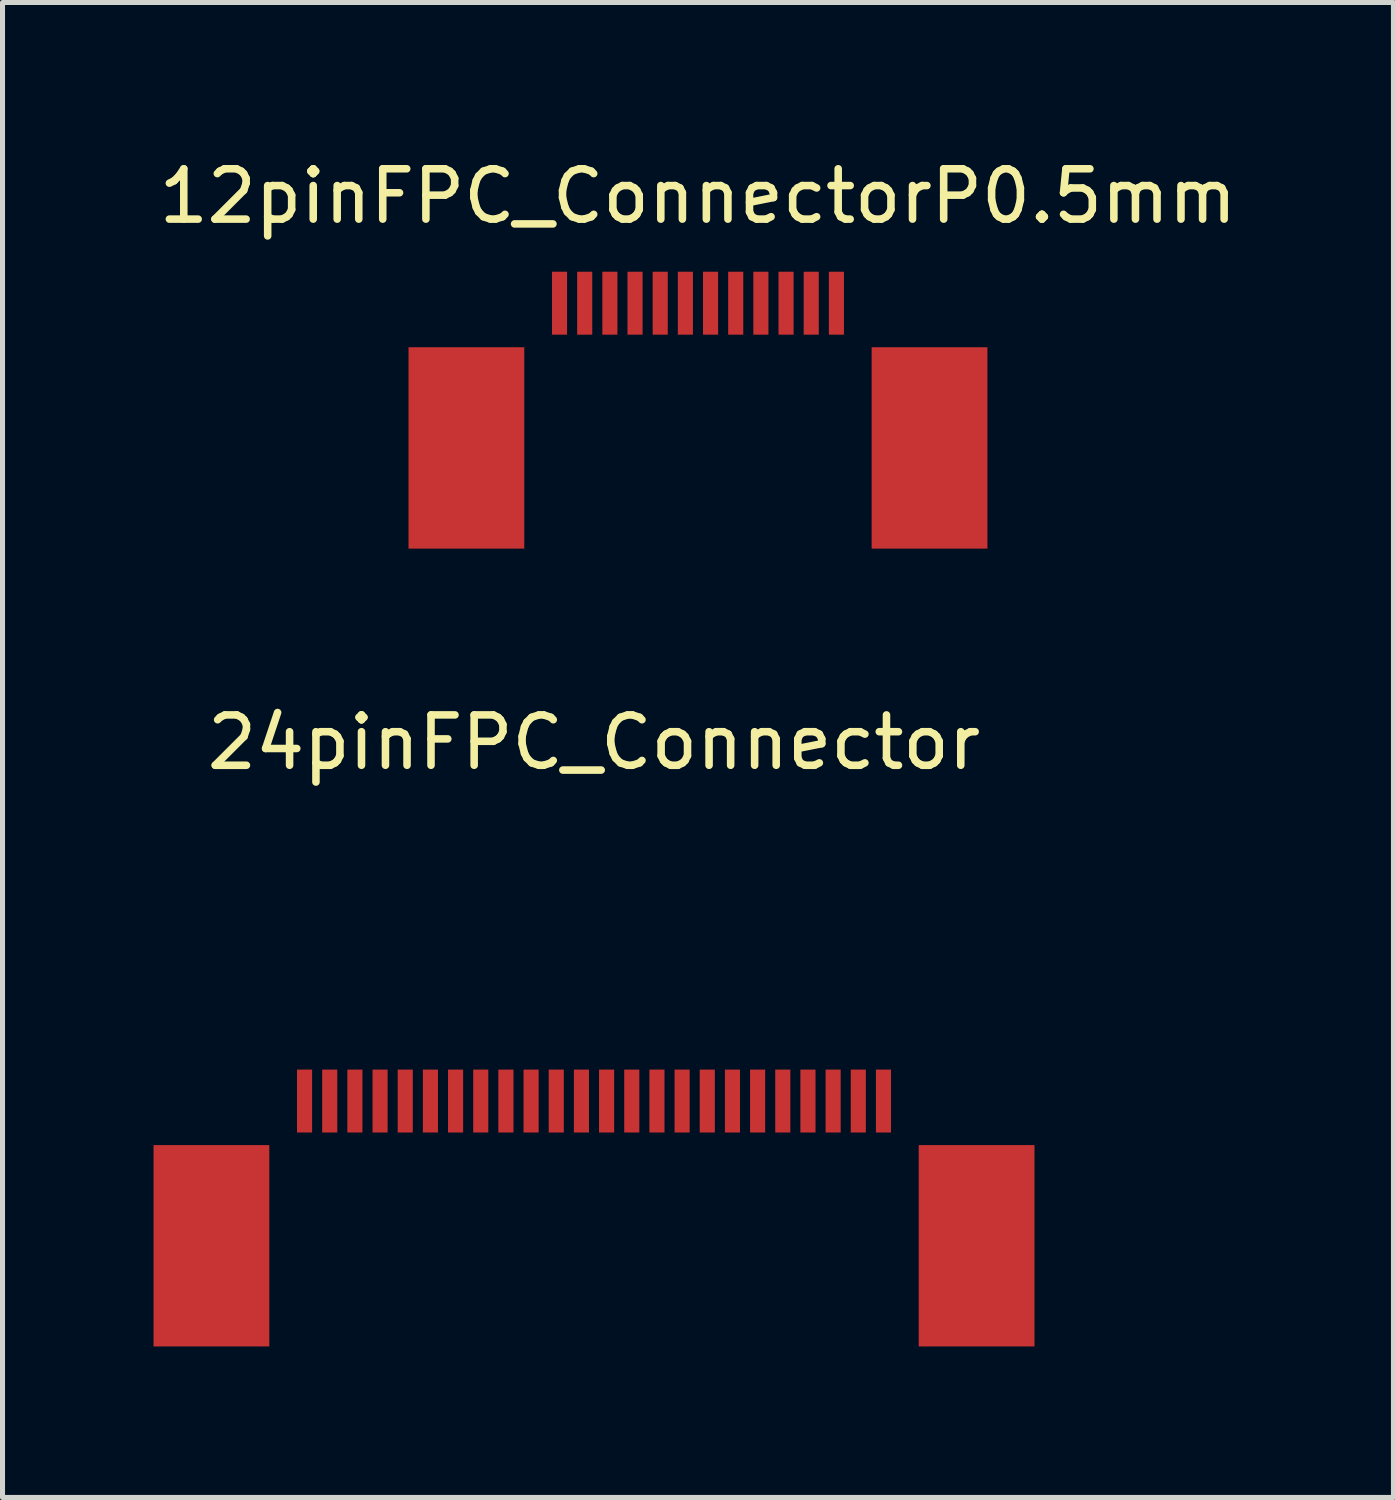
<source format=kicad_pcb>
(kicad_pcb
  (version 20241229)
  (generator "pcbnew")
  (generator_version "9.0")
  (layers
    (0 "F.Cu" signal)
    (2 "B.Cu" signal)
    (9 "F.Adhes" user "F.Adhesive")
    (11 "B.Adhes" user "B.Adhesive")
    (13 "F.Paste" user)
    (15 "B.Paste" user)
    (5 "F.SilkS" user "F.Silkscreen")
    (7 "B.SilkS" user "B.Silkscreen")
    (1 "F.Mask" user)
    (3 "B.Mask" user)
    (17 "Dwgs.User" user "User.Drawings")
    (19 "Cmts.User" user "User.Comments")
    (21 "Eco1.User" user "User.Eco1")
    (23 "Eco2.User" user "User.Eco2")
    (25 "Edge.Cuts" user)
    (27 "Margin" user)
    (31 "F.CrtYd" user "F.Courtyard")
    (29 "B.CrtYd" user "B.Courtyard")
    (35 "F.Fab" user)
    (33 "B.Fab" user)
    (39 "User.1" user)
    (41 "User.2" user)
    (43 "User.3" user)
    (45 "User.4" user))
  (footprint "12pinFPC_ConnectorP0.5mm"
    (layer "F.Cu")
    (at 10.815 2.348)
    (property "Reference" "12pinFPC_ConnectorP0.5mm" (at 0 -1.5 0) (layer "F.SilkS") (effects (font (size 1 1) (thickness 0.15))))
    (attr through_hole)
    (pad "" smd rect (at -4.6 3.5) (size 2.3 4) (layers "F.Cu" "F.Mask" "F.Paste"))
    (pad "" smd rect (at 4.6 3.5) (size 2.3 4) (layers "F.Cu" "F.Mask" "F.Paste"))
    (pad "1" smd rect (at -2.75 0.625) (size 0.3 1.25) (layers "F.Cu" "F.Mask" "F.Paste"))
    (pad "2" smd rect (at -2.25 0.625) (size 0.3 1.25) (layers "F.Cu" "F.Mask" "F.Paste"))
    (pad "3" smd rect (at -1.75 0.625) (size 0.3 1.25) (layers "F.Cu" "F.Mask" "F.Paste"))
    (pad "4" smd rect (at -1.25 0.625) (size 0.3 1.25) (layers "F.Cu" "F.Mask" "F.Paste"))
    (pad "5" smd rect (at -0.75 0.625) (size 0.3 1.25) (layers "F.Cu" "F.Mask" "F.Paste"))
    (pad "6" smd rect (at -0.25 0.625) (size 0.3 1.25) (layers "F.Cu" "F.Mask" "F.Paste"))
    (pad "7" smd rect (at 0.25 0.625) (size 0.3 1.25) (layers "F.Cu" "F.Mask" "F.Paste"))
    (pad "8" smd rect (at 0.75 0.625) (size 0.3 1.25) (layers "F.Cu" "F.Mask" "F.Paste"))
    (pad "9" smd rect (at 1.25 0.625) (size 0.3 1.25) (layers "F.Cu" "F.Mask" "F.Paste"))
    (pad "10" smd rect (at 1.75 0.625) (size 0.3 1.25) (layers "F.Cu" "F.Mask" "F.Paste"))
    (pad "11" smd rect (at 2.25 0.625) (size 0.3 1.25) (layers "F.Cu" "F.Mask" "F.Paste"))
    (pad "12" smd rect (at 2.75 0.625) (size 0.3 1.25) (layers "F.Cu" "F.Mask" "F.Paste")))
  (footprint "24pinFPC_Connector"
    (layer "F.Cu")
    (at 8.75 18.197)
    (property "Reference" "24pinFPC_Connector" (at 0 -6.5 0) (layer "F.SilkS") (effects (font (size 1 1) (thickness 0.15))))
    (attr through_hole)
    (pad "" smd rect (at -7.6 3.5) (size 2.3 4) (layers "F.Cu" "F.Mask" "F.Paste"))
    (pad "" smd rect (at 7.6 3.5) (size 2.3 4) (layers "F.Cu" "F.Mask" "F.Paste"))
    (pad "1" smd rect (at -5.75 0.625) (size 0.3 1.25) (layers "F.Cu" "F.Mask" "F.Paste"))
    (pad "2" smd rect (at -5.25 0.625) (size 0.3 1.25) (layers "F.Cu" "F.Mask" "F.Paste"))
    (pad "3" smd rect (at -4.75 0.625) (size 0.3 1.25) (layers "F.Cu" "F.Mask" "F.Paste"))
    (pad "4" smd rect (at -4.25 0.625) (size 0.3 1.25) (layers "F.Cu" "F.Mask" "F.Paste"))
    (pad "5" smd rect (at -3.75 0.625) (size 0.3 1.25) (layers "F.Cu" "F.Mask" "F.Paste"))
    (pad "6" smd rect (at -3.25 0.625) (size 0.3 1.25) (layers "F.Cu" "F.Mask" "F.Paste"))
    (pad "7" smd rect (at -2.75 0.625) (size 0.3 1.25) (layers "F.Cu" "F.Mask" "F.Paste"))
    (pad "8" smd rect (at -2.25 0.625) (size 0.3 1.25) (layers "F.Cu" "F.Mask" "F.Paste"))
    (pad "9" smd rect (at -1.75 0.625) (size 0.3 1.25) (layers "F.Cu" "F.Mask" "F.Paste"))
    (pad "10" smd rect (at -1.25 0.625) (size 0.3 1.25) (layers "F.Cu" "F.Mask" "F.Paste"))
    (pad "11" smd rect (at -0.75 0.625) (size 0.3 1.25) (layers "F.Cu" "F.Mask" "F.Paste"))
    (pad "12" smd rect (at -0.25 0.625) (size 0.3 1.25) (layers "F.Cu" "F.Mask" "F.Paste"))
    (pad "13" smd rect (at 0.25 0.625) (size 0.3 1.25) (layers "F.Cu" "F.Mask" "F.Paste"))
    (pad "14" smd rect (at 0.75 0.625) (size 0.3 1.25) (layers "F.Cu" "F.Mask" "F.Paste"))
    (pad "15" smd rect (at 1.25 0.625) (size 0.3 1.25) (layers "F.Cu" "F.Mask" "F.Paste"))
    (pad "16" smd rect (at 1.75 0.625) (size 0.3 1.25) (layers "F.Cu" "F.Mask" "F.Paste"))
    (pad "17" smd rect (at 2.25 0.625) (size 0.3 1.25) (layers "F.Cu" "F.Mask" "F.Paste"))
    (pad "18" smd rect (at 2.75 0.625) (size 0.3 1.25) (layers "F.Cu" "F.Mask" "F.Paste"))
    (pad "19" smd rect (at 3.25 0.625) (size 0.3 1.25) (layers "F.Cu" "F.Mask" "F.Paste"))
    (pad "20" smd rect (at 3.75 0.625) (size 0.3 1.25) (layers "F.Cu" "F.Mask" "F.Paste"))
    (pad "21" smd rect (at 4.25 0.625) (size 0.3 1.25) (layers "F.Cu" "F.Mask" "F.Paste"))
    (pad "22" smd rect (at 4.75 0.625) (size 0.3 1.25) (layers "F.Cu" "F.Mask" "F.Paste"))
    (pad "23" smd rect (at 5.25 0.625) (size 0.3 1.25) (layers "F.Cu" "F.Mask" "F.Paste"))
    (pad "24" smd rect (at 5.75 0.625) (size 0.3 1.25) (layers "F.Cu" "F.Mask" "F.Paste")))
  (gr_rect
    (start -3 -3)
    (end 24.631 26.697)
    (stroke (width 0.1) (type default))
    (fill no)
    (layer "Edge.Cuts")))
</source>
